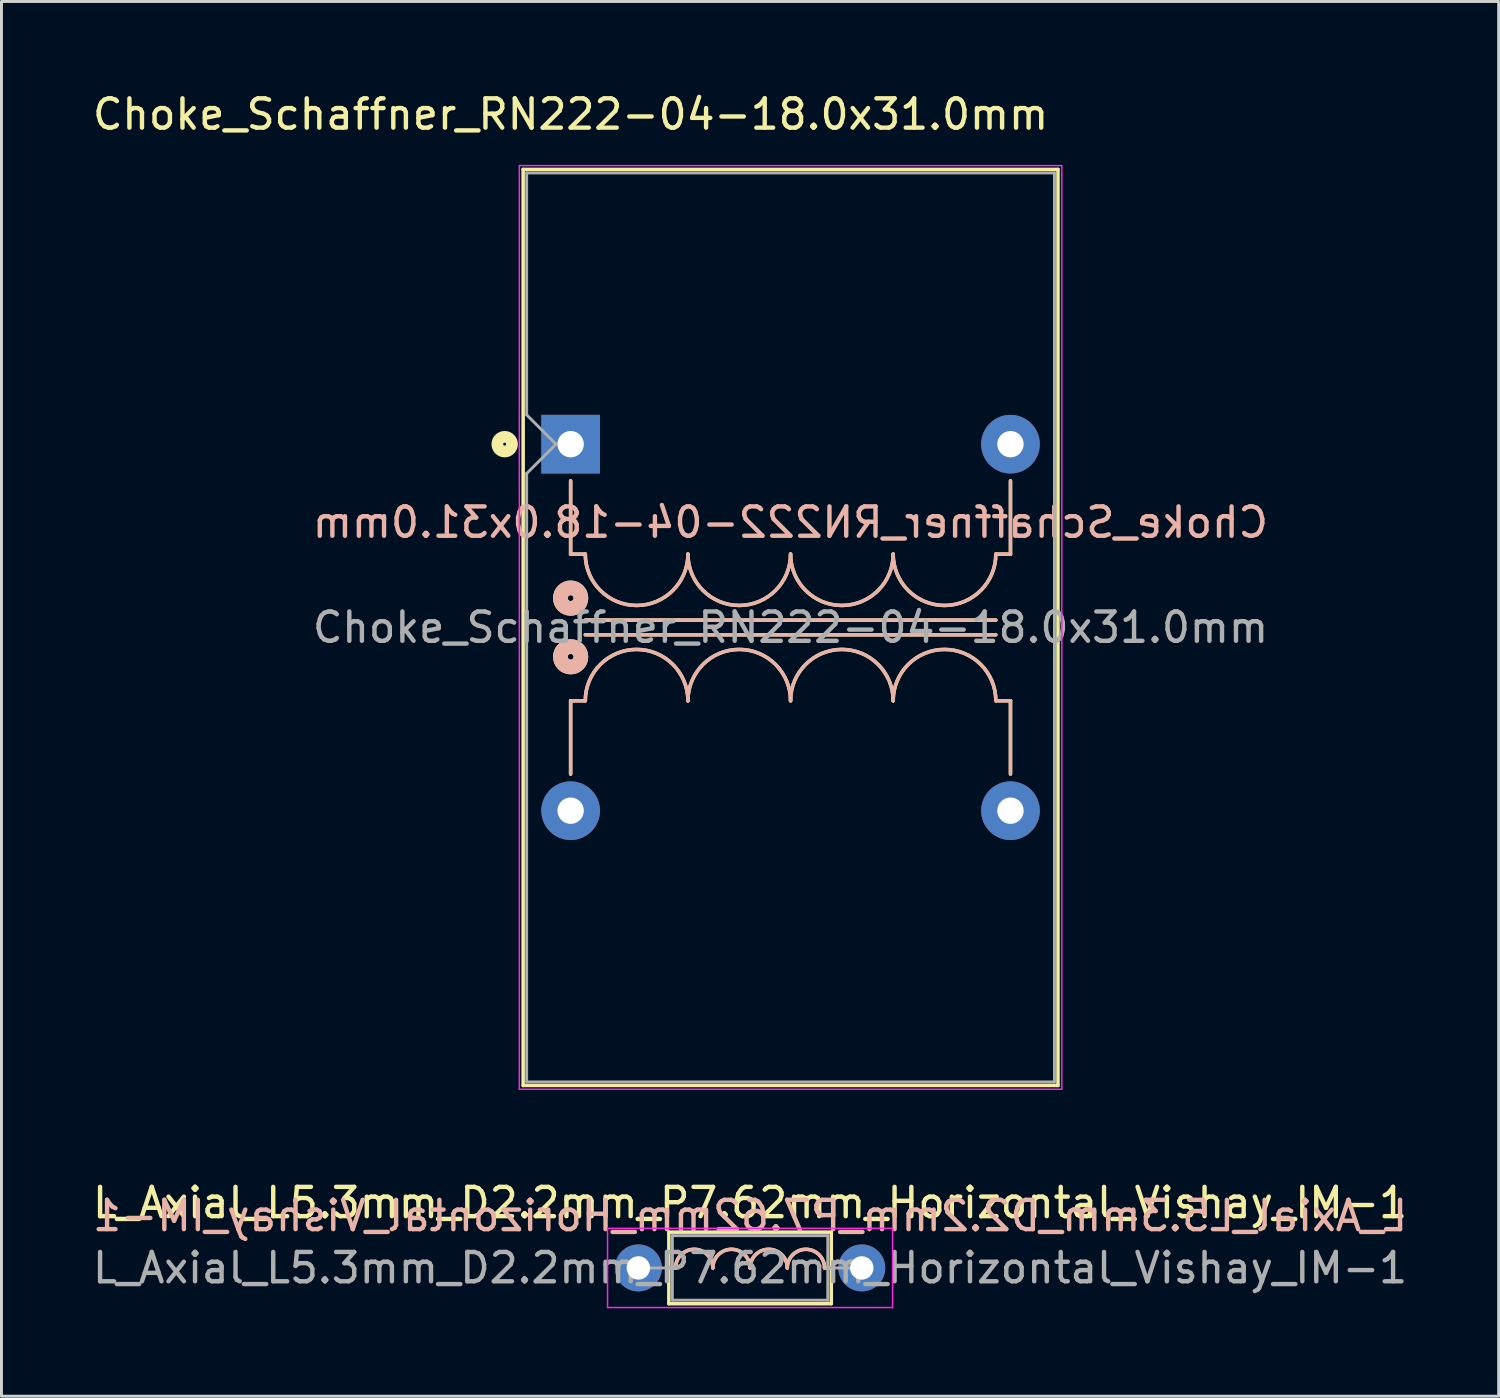
<source format=kicad_pcb>
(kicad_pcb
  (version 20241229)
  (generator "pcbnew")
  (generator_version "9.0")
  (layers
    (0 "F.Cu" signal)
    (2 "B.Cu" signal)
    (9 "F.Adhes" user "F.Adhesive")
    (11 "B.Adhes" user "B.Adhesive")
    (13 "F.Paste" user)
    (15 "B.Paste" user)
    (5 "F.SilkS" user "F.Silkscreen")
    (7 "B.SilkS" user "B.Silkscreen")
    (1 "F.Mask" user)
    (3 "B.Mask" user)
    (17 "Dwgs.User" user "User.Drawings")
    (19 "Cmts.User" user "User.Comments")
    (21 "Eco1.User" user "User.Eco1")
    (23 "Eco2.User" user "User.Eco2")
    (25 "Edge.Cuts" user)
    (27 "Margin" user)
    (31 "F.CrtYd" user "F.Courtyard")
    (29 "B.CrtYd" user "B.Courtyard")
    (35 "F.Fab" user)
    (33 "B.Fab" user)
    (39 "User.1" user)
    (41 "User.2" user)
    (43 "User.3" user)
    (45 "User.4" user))
  (footprint "L_Axial_L5.3mm_D2.2mm_P7.62mm_Horizontal_Vishay_IM-1"
    (layer "F.Cu")
    (at 18.72 40.191)
    (property "Reference" "L_Axial_L5.3mm_D2.2mm_P7.62mm_Horizontal_Vishay_IM-1" (at 3.81 -2.22 0) (layer "F.SilkS") (effects (font (size 1 1) (thickness 0.15))))
    (fp_line (start 1.04 -1.22) (end 1.04 1.22) (stroke (width 0.12) (type solid)) (layer "F.SilkS"))
    (fp_line (start 1.04 1.22) (end 6.58 1.22) (stroke (width 0.12) (type solid)) (layer "F.SilkS"))
    (fp_line (start 1.27 0) (end 1.079 0) (stroke (width 0.12) (type solid)) (layer "F.SilkS"))
    (fp_line (start 6.35 0) (end 6.54 0) (stroke (width 0.12) (type solid)) (layer "F.SilkS"))
    (fp_line (start 6.58 -1.22) (end 1.04 -1.22) (stroke (width 0.12) (type solid)) (layer "F.SilkS"))
    (fp_line (start 6.58 1.22) (end 6.58 -1.22) (stroke (width 0.12) (type solid)) (layer "F.SilkS"))
    (fp_arc (start 1.27 0) (mid 1.905 -0.635) (end 2.54 0) (stroke (width 0.12) (type solid)) (layer "F.SilkS"))
    (fp_arc (start 2.54 0) (mid 3.175 -0.635) (end 3.81 0) (stroke (width 0.12) (type solid)) (layer "F.SilkS"))
    (fp_arc (start 3.81 0) (mid 4.445 -0.635) (end 5.08 0) (stroke (width 0.12) (type solid)) (layer "F.SilkS"))
    (fp_arc (start 5.08 0) (mid 5.715 -0.635) (end 6.35 0) (stroke (width 0.12) (type solid)) (layer "F.SilkS"))
    (fp_line (start 1.27 0) (end 1.079 0) (stroke (width 0.12) (type solid)) (layer "B.SilkS"))
    (fp_line (start 6.35 0) (end 6.54 0) (stroke (width 0.12) (type solid)) (layer "B.SilkS"))
    (fp_arc (start 1.27 0) (mid 1.905 -0.635) (end 2.54 0) (stroke (width 0.12) (type solid)) (layer "B.SilkS"))
    (fp_arc (start 2.54 0) (mid 3.175 -0.635) (end 3.81 0) (stroke (width 0.12) (type solid)) (layer "B.SilkS"))
    (fp_arc (start 3.81 0) (mid 4.445 -0.635) (end 5.08 0) (stroke (width 0.12) (type solid)) (layer "B.SilkS"))
    (fp_arc (start 5.08 0) (mid 5.715 -0.635) (end 6.35 0) (stroke (width 0.12) (type solid)) (layer "B.SilkS"))
    (fp_line (start -1.05 -1.35) (end -1.05 1.35) (stroke (width 0.05) (type solid)) (layer "F.CrtYd"))
    (fp_line (start -1.05 1.35) (end 8.67 1.35) (stroke (width 0.05) (type solid)) (layer "F.CrtYd"))
    (fp_line (start 8.67 -1.35) (end -1.05 -1.35) (stroke (width 0.05) (type solid)) (layer "F.CrtYd"))
    (fp_line (start 8.67 1.35) (end 8.67 -1.35) (stroke (width 0.05) (type solid)) (layer "F.CrtYd"))
    (fp_line (start 0 0) (end 1.16 0) (stroke (width 0.1) (type solid)) (layer "F.Fab"))
    (fp_line (start 1.16 -1.1) (end 1.16 1.1) (stroke (width 0.1) (type solid)) (layer "F.Fab"))
    (fp_line (start 1.16 1.1) (end 6.46 1.1) (stroke (width 0.1) (type solid)) (layer "F.Fab"))
    (fp_line (start 6.46 -1.1) (end 1.16 -1.1) (stroke (width 0.1) (type solid)) (layer "F.Fab"))
    (fp_line (start 6.46 1.1) (end 6.46 -1.1) (stroke (width 0.1) (type solid)) (layer "F.Fab"))
    (fp_line (start 7.62 0) (end 6.46 0) (stroke (width 0.1) (type solid)) (layer "F.Fab"))
    (fp_text user "${REFERENCE}" (at 3.81 -1.778 0) (layer "B.SilkS") (effects (font (size 1 1) (thickness 0.15)) (justify mirror)))
    (fp_text user "${REFERENCE}" (at 3.81 0 0) (layer "F.Fab") (effects (font (size 1 1) (thickness 0.15))))
    (pad "1" thru_hole circle (at 0 0) (size 1.6 1.6) (drill 0.8) (layers "*.Cu" "*.Mask"))
    (pad "2" thru_hole oval (at 7.62 0) (size 1.6 1.6) (drill 0.8) (layers "*.Cu" "*.Mask")))
  (footprint "Choke_Schaffner_RN222-04-18.0x31.0mm"
    (layer "F.Cu")
    (at 16.411 12.098)
    (property "Reference" "Choke_Schaffner_RN222-04-18.0x31.0mm" (at 0 -11.25 0) (layer "F.SilkS") (effects (font (size 1 1) (thickness 0.15))))
    (fp_line (start -1.62 -9.37) (end 16.62 -9.37) (stroke (width 0.12) (type solid)) (layer "F.SilkS"))
    (fp_line (start -1.62 21.87) (end -1.62 -9.37) (stroke (width 0.12) (type solid)) (layer "F.SilkS"))
    (fp_line (start 0 3.75) (end 0 1.25) (stroke (width 0.12) (type solid)) (layer "F.SilkS"))
    (fp_line (start 0 8.75) (end 0 11.25) (stroke (width 0.12) (type solid)) (layer "F.SilkS"))
    (fp_line (start 0.5 3.75) (end 0 3.75) (stroke (width 0.12) (type solid)) (layer "F.SilkS"))
    (fp_line (start 0.5 6.5) (end 14.5 6.5) (stroke (width 0.12) (type solid)) (layer "F.SilkS"))
    (fp_line (start 0.5 8.75) (end 0 8.75) (stroke (width 0.12) (type solid)) (layer "F.SilkS"))
    (fp_line (start 14.5 3.75) (end 15 3.75) (stroke (width 0.12) (type solid)) (layer "F.SilkS"))
    (fp_line (start 14.5 6) (end 0.5 6) (stroke (width 0.12) (type solid)) (layer "F.SilkS"))
    (fp_line (start 14.5 8.75) (end 15 8.75) (stroke (width 0.12) (type solid)) (layer "F.SilkS"))
    (fp_line (start 15 3.75) (end 15 1.25) (stroke (width 0.12) (type solid)) (layer "F.SilkS"))
    (fp_line (start 15 8.75) (end 15 11.25) (stroke (width 0.12) (type solid)) (layer "F.SilkS"))
    (fp_line (start 16.62 -9.37) (end 16.62 21.87) (stroke (width 0.12) (type solid)) (layer "F.SilkS"))
    (fp_line (start 16.62 21.87) (end -1.62 21.87) (stroke (width 0.12) (type solid)) (layer "F.SilkS"))
    (fp_arc (start 0.5 8.75) (mid 2.25 7) (end 4 8.75) (stroke (width 0.12) (type solid)) (layer "F.SilkS"))
    (fp_arc (start 4 3.75) (mid 2.25 5.5) (end 0.5 3.75) (stroke (width 0.12) (type solid)) (layer "F.SilkS"))
    (fp_arc (start 4 8.75) (mid 5.75 7) (end 7.5 8.75) (stroke (width 0.12) (type solid)) (layer "F.SilkS"))
    (fp_arc (start 7.5 3.75) (mid 5.75 5.5) (end 4 3.75) (stroke (width 0.12) (type solid)) (layer "F.SilkS"))
    (fp_arc (start 7.5 8.75) (mid 9.25 7) (end 11 8.75) (stroke (width 0.12) (type solid)) (layer "F.SilkS"))
    (fp_arc (start 11 3.75) (mid 9.25 5.5) (end 7.5 3.75) (stroke (width 0.12) (type solid)) (layer "F.SilkS"))
    (fp_arc (start 11 8.75) (mid 12.75 7) (end 14.5 8.75) (stroke (width 0.12) (type solid)) (layer "F.SilkS"))
    (fp_arc (start 14.5 3.75) (mid 12.75 5.5) (end 11 3.75) (stroke (width 0.12) (type solid)) (layer "F.SilkS"))
    (fp_circle (center -2.25 0) (end -2.2 0) (stroke (width 0.4) (type solid)) (fill no) (layer "F.SilkS"))
    (fp_circle (center 0 5.25) (end 0.1 5.25) (stroke (width 0.5) (type solid)) (fill no) (layer "F.SilkS"))
    (fp_circle (center 0 7.25) (end 0.1 7.25) (stroke (width 0.5) (type solid)) (fill no) (layer "F.SilkS"))
    (fp_line (start 0 3.75) (end 0 1.25) (stroke (width 0.12) (type solid)) (layer "B.SilkS"))
    (fp_line (start 0 8.75) (end 0 11.25) (stroke (width 0.12) (type solid)) (layer "B.SilkS"))
    (fp_line (start 0.5 3.75) (end 0 3.75) (stroke (width 0.12) (type solid)) (layer "B.SilkS"))
    (fp_line (start 0.5 6) (end 14.5 6) (stroke (width 0.12) (type solid)) (layer "B.SilkS"))
    (fp_line (start 0.5 8.75) (end 0 8.75) (stroke (width 0.12) (type solid)) (layer "B.SilkS"))
    (fp_line (start 14.5 3.75) (end 15 3.75) (stroke (width 0.12) (type solid)) (layer "B.SilkS"))
    (fp_line (start 14.5 6.5) (end 0.5 6.5) (stroke (width 0.12) (type solid)) (layer "B.SilkS"))
    (fp_line (start 14.5 8.75) (end 15 8.75) (stroke (width 0.12) (type solid)) (layer "B.SilkS"))
    (fp_line (start 15 3.75) (end 15 1.25) (stroke (width 0.12) (type solid)) (layer "B.SilkS"))
    (fp_line (start 15 8.75) (end 15 11.25) (stroke (width 0.12) (type solid)) (layer "B.SilkS"))
    (fp_arc (start 0.5 8.75) (mid 2.25 7) (end 4 8.75) (stroke (width 0.12) (type solid)) (layer "B.SilkS"))
    (fp_arc (start 4 3.75) (mid 2.25 5.5) (end 0.5 3.75) (stroke (width 0.12) (type solid)) (layer "B.SilkS"))
    (fp_arc (start 4 8.75) (mid 5.75 7) (end 7.5 8.75) (stroke (width 0.12) (type solid)) (layer "B.SilkS"))
    (fp_arc (start 7.5 3.75) (mid 5.75 5.5) (end 4 3.75) (stroke (width 0.12) (type solid)) (layer "B.SilkS"))
    (fp_arc (start 7.5 8.75) (mid 9.25 7) (end 11 8.75) (stroke (width 0.12) (type solid)) (layer "B.SilkS"))
    (fp_arc (start 11 3.75) (mid 9.25 5.5) (end 7.5 3.75) (stroke (width 0.12) (type solid)) (layer "B.SilkS"))
    (fp_arc (start 11 8.75) (mid 12.75 7) (end 14.5 8.75) (stroke (width 0.12) (type solid)) (layer "B.SilkS"))
    (fp_arc (start 14.5 3.75) (mid 12.75 5.5) (end 11 3.75) (stroke (width 0.12) (type solid)) (layer "B.SilkS"))
    (fp_circle (center 0 5.25) (end 0.1 5.25) (stroke (width 0.5) (type solid)) (fill no) (layer "B.SilkS"))
    (fp_circle (center 0 7.25) (end 0.1 7.25) (stroke (width 0.5) (type solid)) (fill no) (layer "B.SilkS"))
    (fp_line (start -1.75 -9.5) (end -1.75 22) (stroke (width 0.05) (type solid)) (layer "F.CrtYd"))
    (fp_line (start -1.75 22) (end 16.75 22) (stroke (width 0.05) (type solid)) (layer "F.CrtYd"))
    (fp_line (start 16.75 -9.5) (end -1.75 -9.5) (stroke (width 0.05) (type solid)) (layer "F.CrtYd"))
    (fp_line (start 16.75 22) (end 16.75 -9.5) (stroke (width 0.05) (type solid)) (layer "F.CrtYd"))
    (fp_line (start -1.5 -9.25) (end 16.5 -9.25) (stroke (width 0.1) (type solid)) (layer "F.Fab"))
    (fp_line (start -1.5 -1) (end -1.5 -9.25) (stroke (width 0.1) (type solid)) (layer "F.Fab"))
    (fp_line (start -1.5 1) (end -0.5 0) (stroke (width 0.1) (type solid)) (layer "F.Fab"))
    (fp_line (start -1.5 21.75) (end -1.5 1) (stroke (width 0.1) (type solid)) (layer "F.Fab"))
    (fp_line (start -0.5 0) (end -1.5 -1) (stroke (width 0.1) (type solid)) (layer "F.Fab"))
    (fp_line (start 16.5 -9.25) (end 16.5 21.75) (stroke (width 0.1) (type solid)) (layer "F.Fab"))
    (fp_line (start 16.5 21.75) (end -1.5 21.75) (stroke (width 0.1) (type solid)) (layer "F.Fab"))
    (fp_text user "${REFERENCE}" (at 7.493 2.667 0) (layer "B.SilkS") (effects (font (size 1 1) (thickness 0.15)) (justify mirror)))
    (fp_text user "${REFERENCE}" (at 7.5 6.25 0) (layer "F.Fab") (effects (font (size 1 1) (thickness 0.15))))
    (pad "1" thru_hole rect (at 0 0) (size 2 2) (drill 0.9) (layers "*.Cu" "*.Mask"))
    (pad "2" thru_hole circle (at 15 0) (size 2 2) (drill 0.9) (layers "*.Cu" "*.Mask"))
    (pad "3" thru_hole circle (at 0 12.5) (size 2 2) (drill 0.9) (layers "*.Cu" "*.Mask"))
    (pad "4" thru_hole circle (at 15 12.5) (size 2 2) (drill 0.9) (layers "*.Cu" "*.Mask")))
  (gr_rect
    (start -3 -3)
    (end 48.06 44.566)
    (stroke (width 0.1) (type default))
    (fill no)
    (layer "Edge.Cuts")))
</source>
